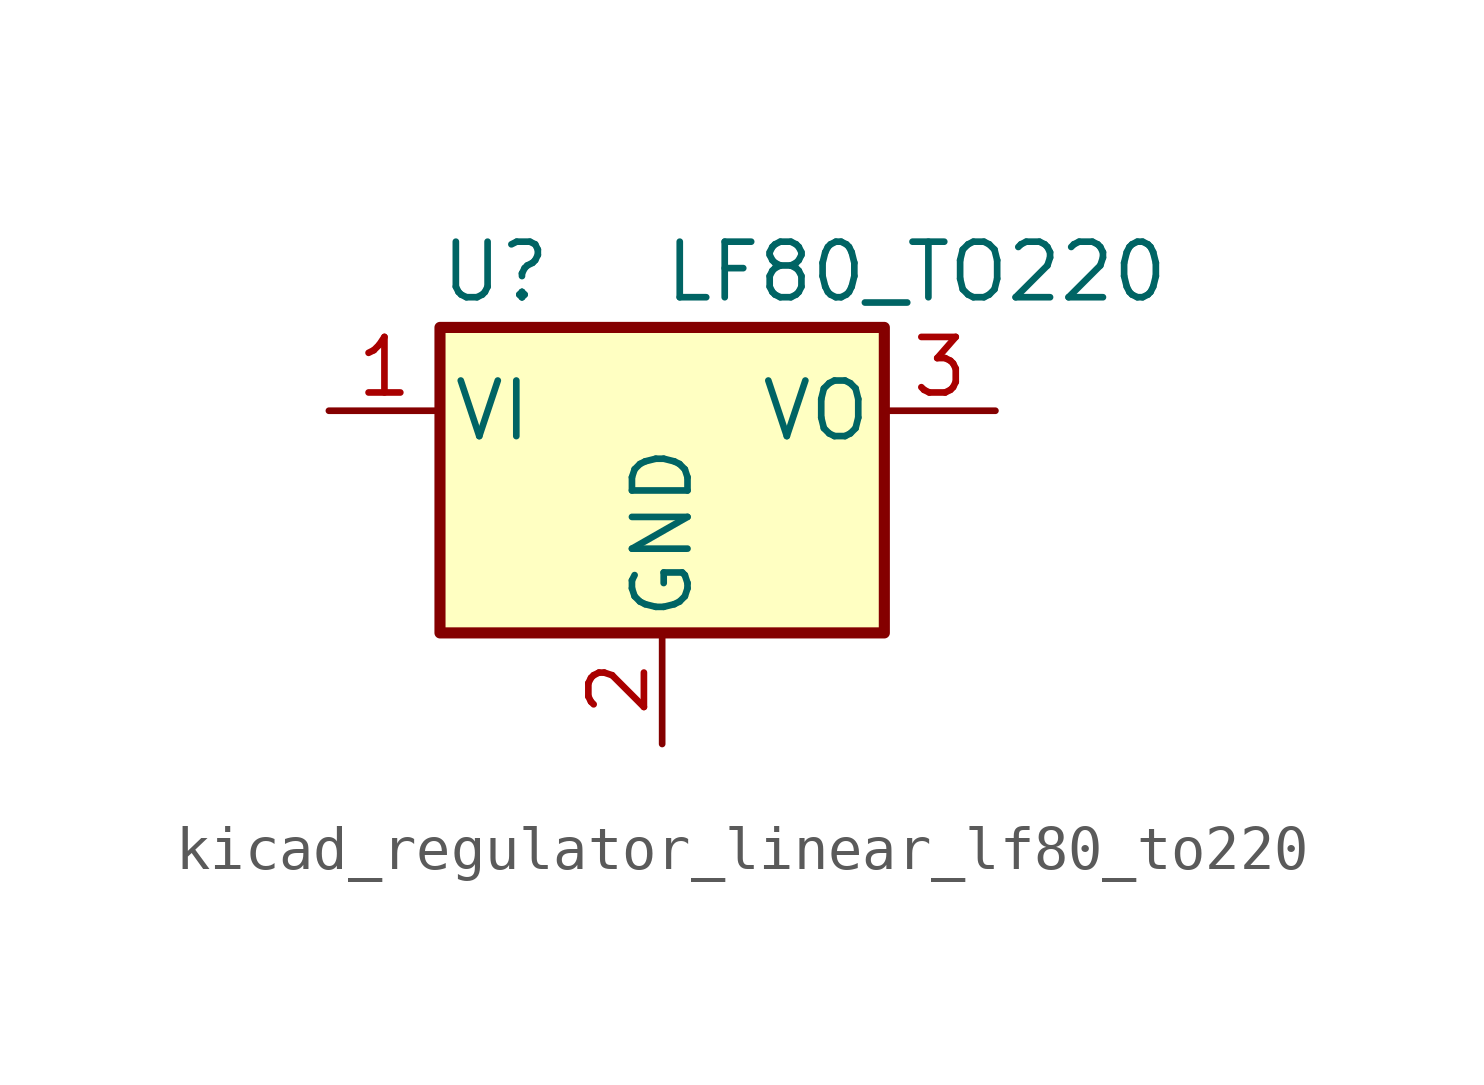
<source format=kicad_sym>
(kicad_symbol_lib
  (version 20220914)
  (generator kicad_symbol_editor)
  (symbol "kicad_regulator_linear_lf80_to220"
    (pin_names
      (offset 0.254))
    (property "Reference" "U"
      (at -3.81 3.175 0)
      (effects (font (size 1.27 1.27))))
    (property "Value" "LF80_TO220"
      (at 0 3.175 0)
      (effects (font (size 1.27 1.27)) (justify left)))
    (symbol "kicad_regulator_linear_lf80_to220_0_1"
      (rectangle (start -5.08 1.905) (end 5.08 -5.08) (stroke (width 0.254) (type default)) (fill (type background))))
    (symbol "kicad_regulator_linear_lf80_to220_1_1"
      (pin power_in line (at -7.62 0 0) (length 2.54) (name "VI" (effects (font (size 1.27 1.27)))) (number "1" (effects (font (size 1.27 1.27)))))
      (pin power_in line (at 0 -7.62 90) (length 2.54) (name "GND" (effects (font (size 1.27 1.27)))) (number "2" (effects (font (size 1.27 1.27)))))
      (pin power_out line (at 7.62 0 180) (length 2.54) (name "VO" (effects (font (size 1.27 1.27)))) (number "3" (effects (font (size 1.27 1.27))))))))
</source>
